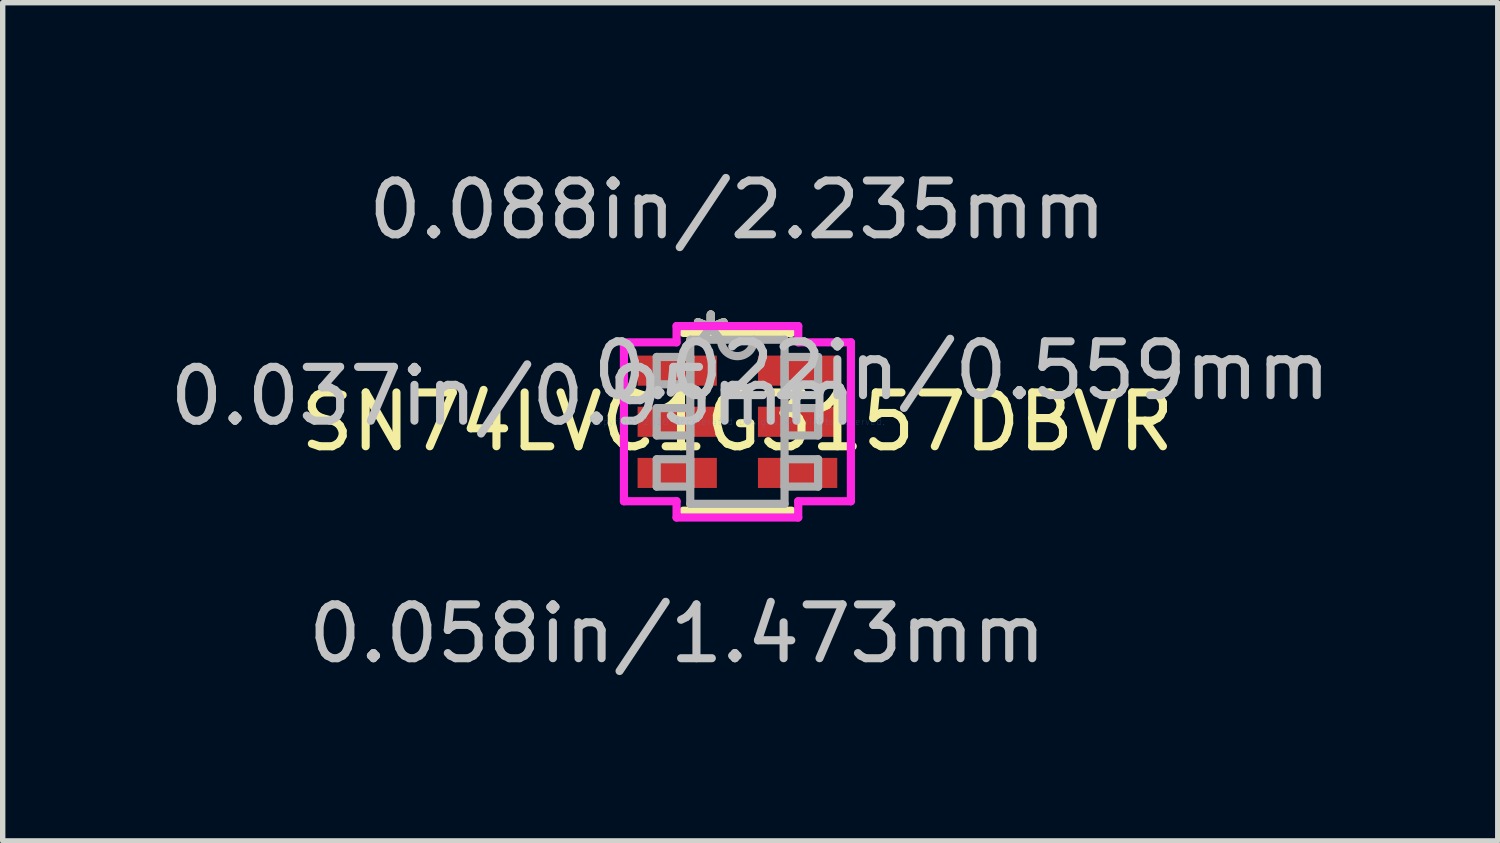
<source format=kicad_pcb>
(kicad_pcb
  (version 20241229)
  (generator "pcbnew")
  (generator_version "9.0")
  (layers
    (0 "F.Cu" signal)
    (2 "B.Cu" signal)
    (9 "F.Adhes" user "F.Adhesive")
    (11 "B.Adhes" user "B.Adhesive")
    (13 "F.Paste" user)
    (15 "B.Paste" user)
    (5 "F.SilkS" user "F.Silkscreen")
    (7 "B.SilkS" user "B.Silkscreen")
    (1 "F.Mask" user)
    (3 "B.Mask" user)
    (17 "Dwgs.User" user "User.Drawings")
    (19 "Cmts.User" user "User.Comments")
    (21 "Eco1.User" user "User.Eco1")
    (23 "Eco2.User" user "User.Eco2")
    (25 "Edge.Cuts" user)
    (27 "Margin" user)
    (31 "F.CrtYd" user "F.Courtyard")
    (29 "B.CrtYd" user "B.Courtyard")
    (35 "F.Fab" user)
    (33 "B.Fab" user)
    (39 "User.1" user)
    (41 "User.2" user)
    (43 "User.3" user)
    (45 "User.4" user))
  (footprint "SN74LVC1G3157DBVR"
    (layer "F.Cu")
    (at 10.648 4.785)
    (property "Reference" "SN74LVC1G3157DBVR" (at 0 0 0) (layer "F.SilkS") (effects (font (size 1 1) (thickness 0.15))))
    (attr through_hole)
    (fp_line (start -1.003 1.651) (end 1.003 1.651) (stroke (width 0.152) (type solid)) (layer "F.SilkS"))
    (fp_line (start 1.003 -1.651) (end -1.003 -1.651) (stroke (width 0.152) (type solid)) (layer "F.SilkS"))
    (fp_line (start -2.108 -1.476) (end -1.13 -1.476) (stroke (width 0.152) (type solid)) (layer "F.CrtYd"))
    (fp_line (start -2.108 1.476) (end -2.108 -1.476) (stroke (width 0.152) (type solid)) (layer "F.CrtYd"))
    (fp_line (start -1.13 -1.778) (end 1.13 -1.778) (stroke (width 0.152) (type solid)) (layer "F.CrtYd"))
    (fp_line (start -1.13 -1.476) (end -1.13 -1.778) (stroke (width 0.152) (type solid)) (layer "F.CrtYd"))
    (fp_line (start -1.13 1.476) (end -2.108 1.476) (stroke (width 0.152) (type solid)) (layer "F.CrtYd"))
    (fp_line (start -1.13 1.778) (end -1.13 1.476) (stroke (width 0.152) (type solid)) (layer "F.CrtYd"))
    (fp_line (start 1.13 -1.778) (end 1.13 -1.476) (stroke (width 0.152) (type solid)) (layer "F.CrtYd"))
    (fp_line (start 1.13 -1.476) (end 2.108 -1.476) (stroke (width 0.152) (type solid)) (layer "F.CrtYd"))
    (fp_line (start 1.13 1.476) (end 1.13 1.778) (stroke (width 0.152) (type solid)) (layer "F.CrtYd"))
    (fp_line (start 1.13 1.778) (end -1.13 1.778) (stroke (width 0.152) (type solid)) (layer "F.CrtYd"))
    (fp_line (start 2.108 -1.476) (end 2.108 1.476) (stroke (width 0.152) (type solid)) (layer "F.CrtYd"))
    (fp_line (start 2.108 1.476) (end 1.13 1.476) (stroke (width 0.152) (type solid)) (layer "F.CrtYd"))
    (fp_line (start -1.499 -1.204) (end -1.499 -0.696) (stroke (width 0.152) (type solid)) (layer "F.Fab"))
    (fp_line (start -1.499 -0.696) (end -0.876 -0.696) (stroke (width 0.152) (type solid)) (layer "F.Fab"))
    (fp_line (start -1.499 -0.254) (end -1.499 0.254) (stroke (width 0.152) (type solid)) (layer "F.Fab"))
    (fp_line (start -1.499 0.254) (end -0.876 0.254) (stroke (width 0.152) (type solid)) (layer "F.Fab"))
    (fp_line (start -1.499 0.696) (end -1.499 1.204) (stroke (width 0.152) (type solid)) (layer "F.Fab"))
    (fp_line (start -1.499 1.204) (end -0.876 1.204) (stroke (width 0.152) (type solid)) (layer "F.Fab"))
    (fp_line (start -0.876 -1.524) (end -0.876 1.524) (stroke (width 0.152) (type solid)) (layer "F.Fab"))
    (fp_line (start -0.876 -1.204) (end -1.499 -1.204) (stroke (width 0.152) (type solid)) (layer "F.Fab"))
    (fp_line (start -0.876 -0.696) (end -0.876 -1.204) (stroke (width 0.152) (type solid)) (layer "F.Fab"))
    (fp_line (start -0.876 -0.254) (end -1.499 -0.254) (stroke (width 0.152) (type solid)) (layer "F.Fab"))
    (fp_line (start -0.876 0.254) (end -0.876 -0.254) (stroke (width 0.152) (type solid)) (layer "F.Fab"))
    (fp_line (start -0.876 0.696) (end -1.499 0.696) (stroke (width 0.152) (type solid)) (layer "F.Fab"))
    (fp_line (start -0.876 1.204) (end -0.876 0.696) (stroke (width 0.152) (type solid)) (layer "F.Fab"))
    (fp_line (start -0.876 1.524) (end 0.876 1.524) (stroke (width 0.152) (type solid)) (layer "F.Fab"))
    (fp_line (start 0.876 -1.524) (end -0.876 -1.524) (stroke (width 0.152) (type solid)) (layer "F.Fab"))
    (fp_line (start 0.876 -1.204) (end 0.876 -0.696) (stroke (width 0.152) (type solid)) (layer "F.Fab"))
    (fp_line (start 0.876 -0.696) (end 1.499 -0.696) (stroke (width 0.152) (type solid)) (layer "F.Fab"))
    (fp_line (start 0.876 -0.254) (end 0.876 0.254) (stroke (width 0.152) (type solid)) (layer "F.Fab"))
    (fp_line (start 0.876 0.254) (end 1.499 0.254) (stroke (width 0.152) (type solid)) (layer "F.Fab"))
    (fp_line (start 0.876 0.696) (end 0.876 1.204) (stroke (width 0.152) (type solid)) (layer "F.Fab"))
    (fp_line (start 0.876 1.204) (end 1.499 1.204) (stroke (width 0.152) (type solid)) (layer "F.Fab"))
    (fp_line (start 0.876 1.524) (end 0.876 -1.524) (stroke (width 0.152) (type solid)) (layer "F.Fab"))
    (fp_line (start 1.499 -1.204) (end 0.876 -1.204) (stroke (width 0.152) (type solid)) (layer "F.Fab"))
    (fp_line (start 1.499 -0.696) (end 1.499 -1.204) (stroke (width 0.152) (type solid)) (layer "F.Fab"))
    (fp_line (start 1.499 -0.254) (end 0.876 -0.254) (stroke (width 0.152) (type solid)) (layer "F.Fab"))
    (fp_line (start 1.499 0.254) (end 1.499 -0.254) (stroke (width 0.152) (type solid)) (layer "F.Fab"))
    (fp_line (start 1.499 0.696) (end 0.876 0.696) (stroke (width 0.152) (type solid)) (layer "F.Fab"))
    (fp_line (start 1.499 1.204) (end 1.499 0.696) (stroke (width 0.152) (type solid)) (layer "F.Fab"))
    (fp_arc (start 0.3048 -1.524) (mid 0 -1.2192) (end -0.3048 -1.524) (stroke (width 0.1524) (type solid)) (layer "F.Fab"))
    (fp_text user "*" (at -0.495 -1.448 0) (layer "F.SilkS") (effects (font (size 1 1) (thickness 0.15))))
    (fp_text user "*" (at -0.495 -1.448 0) (layer "F.SilkS") (effects (font (size 1 1) (thickness 0.15))))
    (fp_text user "0.088in/2.235mm" (at 0 -3.937 0) (layer "Dwgs.User") (effects (font (size 1 1) (thickness 0.15))))
    (fp_text user "0.022in/0.559mm" (at 4.166 -0.95 0) (layer "Dwgs.User") (effects (font (size 1 1) (thickness 0.15))))
    (fp_text user "0.058in/1.473mm" (at -1.118 3.937 0) (layer "Dwgs.User") (effects (font (size 1 1) (thickness 0.15))))
    (fp_text user "0.037in/0.95mm" (at -4.166 -0.475 0) (layer "Dwgs.User") (effects (font (size 1 1) (thickness 0.15))))
    (fp_text user "Copyright 2016 Accelerated Designs. All rights reserved." (at 0 0 0) (layer "Cmts.User") (effects (font (size 0.127 0.127) (thickness 0.002))))
    (fp_text user "*" (at -0.495 -1.448 0) (layer "F.Fab") (effects (font (size 1 1) (thickness 0.15))))
    (fp_text user "*" (at -0.495 -1.448 0) (layer "F.Fab") (effects (font (size 1 1) (thickness 0.15))))
    (pad "1" smd rect (at -1.118 -0.95) (size 1.473 0.559) (layers "F.Cu" "F.Mask" "F.Paste"))
    (pad "2" smd rect (at -1.118 0) (size 1.473 0.559) (layers "F.Cu" "F.Mask" "F.Paste"))
    (pad "3" smd rect (at -1.118 0.95) (size 1.473 0.559) (layers "F.Cu" "F.Mask" "F.Paste"))
    (pad "4" smd rect (at 1.118 0.95) (size 1.473 0.559) (layers "F.Cu" "F.Mask" "F.Paste"))
    (pad "5" smd rect (at 1.118 0) (size 1.473 0.559) (layers "F.Cu" "F.Mask" "F.Paste"))
    (pad "6" smd rect (at 1.118 -0.95) (size 1.473 0.559) (layers "F.Cu" "F.Mask" "F.Paste")))
  (gr_rect
    (start -3 -3)
    (end 24.772 12.57)
    (stroke (width 0.1) (type default))
    (fill no)
    (layer "Edge.Cuts")))
</source>
